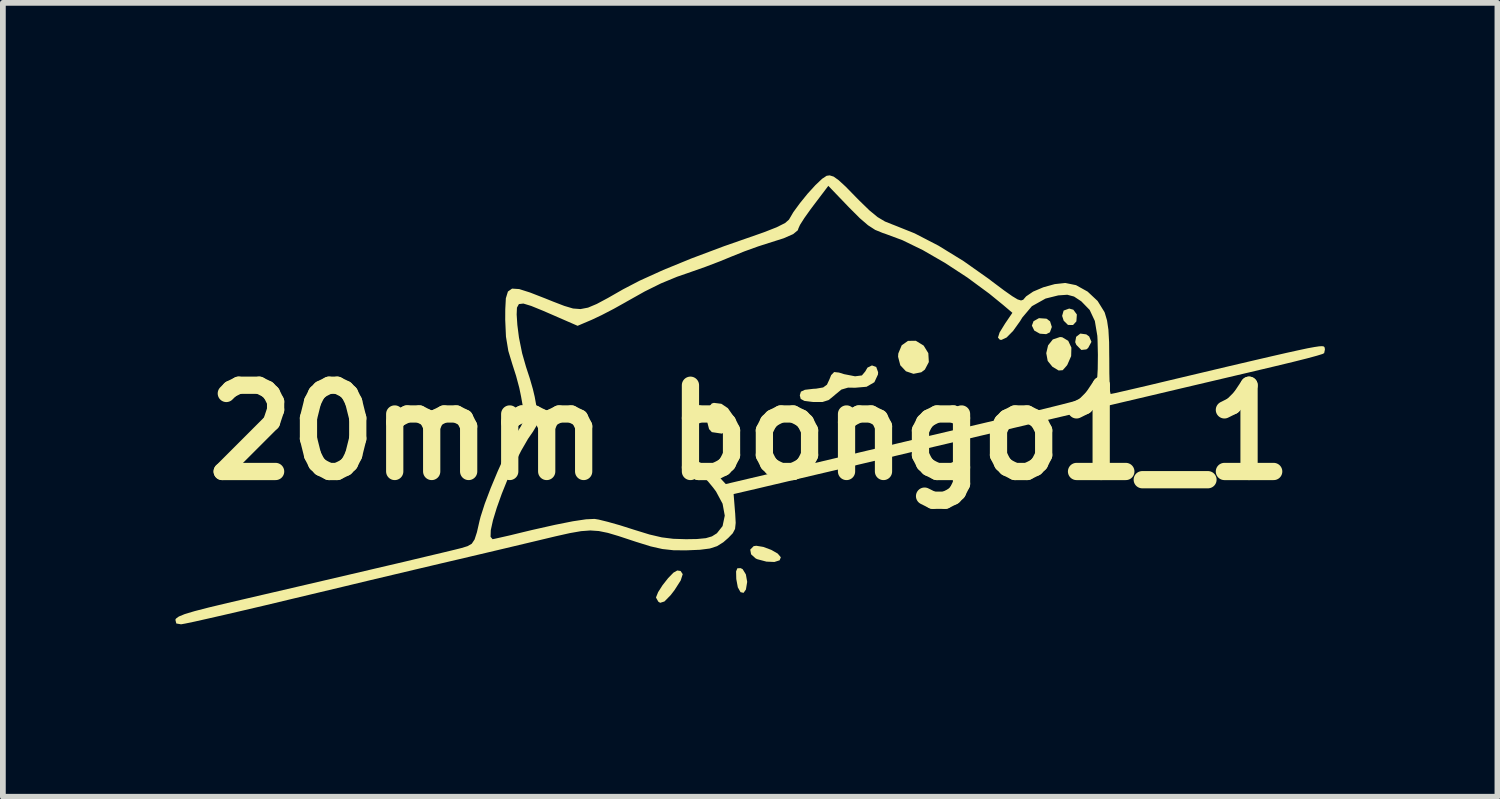
<source format=kicad_pcb>
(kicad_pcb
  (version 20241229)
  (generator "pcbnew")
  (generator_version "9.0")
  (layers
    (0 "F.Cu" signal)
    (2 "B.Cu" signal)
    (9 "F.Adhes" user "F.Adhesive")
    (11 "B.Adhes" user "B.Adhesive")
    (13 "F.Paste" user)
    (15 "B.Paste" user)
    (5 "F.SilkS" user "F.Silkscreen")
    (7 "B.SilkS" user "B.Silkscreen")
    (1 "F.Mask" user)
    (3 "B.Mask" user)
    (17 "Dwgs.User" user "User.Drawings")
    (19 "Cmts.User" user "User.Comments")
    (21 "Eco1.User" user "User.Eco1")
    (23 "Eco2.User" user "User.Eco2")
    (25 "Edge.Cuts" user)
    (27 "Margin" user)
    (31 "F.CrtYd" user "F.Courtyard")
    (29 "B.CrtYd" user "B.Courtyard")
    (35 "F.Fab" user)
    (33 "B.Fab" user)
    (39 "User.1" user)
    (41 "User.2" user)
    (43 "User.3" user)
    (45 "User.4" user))
  (footprint "20mm bongo1_1"
    (layer "F.Cu")
    (at 9.993 3.455)
    (property "Reference" "20mm bongo1_1" (at 0 1.016 0) (layer "F.SilkS") (effects (font (size 1.5 1.5) (thickness 0.3))))
    (attr board_only exclude_from_pos_files exclude_from_bom)
    (fp_poly (pts (xy 5.454 -1.104) (xy 5.428 -1.012) (xy 5.455 -0.928) (xy 5.53 -0.854) (xy 5.618 -0.853) (xy 5.676 -0.916) (xy 5.684 -1.036) (xy 5.623 -1.119) (xy 5.551 -1.139)) (stroke (width 0) (type solid)) (fill yes) (layer "F.SilkS"))
    (fp_poly (pts (xy 4.931 -0.92) (xy 4.902 -0.842) (xy 4.944 -0.756) (xy 5.041 -0.702) (xy 5.151 -0.694) (xy 5.215 -0.726) (xy 5.249 -0.819) (xy 5.218 -0.917) (xy 5.156 -0.963) (xy 5.025 -0.972)) (stroke (width 0) (type solid)) (fill yes) (layer "F.SilkS"))
    (fp_poly (pts (xy 5.672 -0.648) (xy 5.655 -0.555) (xy 5.676 -0.506) (xy 5.762 -0.419) (xy 5.85 -0.429) (xy 5.881 -0.455) (xy 5.938 -0.56) (xy 5.898 -0.654) (xy 5.848 -0.69) (xy 5.745 -0.704)) (stroke (width 0) (type solid)) (fill yes) (layer "F.SilkS"))
    (fp_poly (pts (xy -0.22 3.378) (xy -0.242 3.431) (xy -0.239 3.557) (xy -0.238 3.569) (xy -0.212 3.709) (xy -0.165 3.793) (xy -0.112 3.805) (xy -0.071 3.747) (xy -0.049 3.614) (xy -0.072 3.484) (xy -0.128 3.393) (xy -0.164 3.375)) (stroke (width 0) (type solid)) (fill yes) (layer "F.SilkS"))
    (fp_poly (pts (xy 0.063 2.993) (xy 0.004 3.053) (xy 0.019 3.135) (xy 0.099 3.207) (xy 0.127 3.22) (xy 0.286 3.262) (xy 0.424 3.268) (xy 0.515 3.239) (xy 0.536 3.186) (xy 0.482 3.122) (xy 0.368 3.057) (xy 0.231 3.006) (xy 0.109 2.986)) (stroke (width 0) (type solid)) (fill yes) (layer "F.SilkS"))
    (fp_poly (pts (xy 2.747 -0.577) (xy 2.638 -0.5) (xy 2.579 -0.358) (xy 2.575 -0.301) (xy 2.614 -0.152) (xy 2.712 -0.048) (xy 2.843 -0.004) (xy 2.979 -0.031) (xy 3.041 -0.078) (xy 3.11 -0.209) (xy 3.101 -0.363) (xy 3.02 -0.495) (xy 2.883 -0.579)) (stroke (width 0) (type solid)) (fill yes) (layer "F.SilkS"))
    (fp_poly (pts (xy -0.665 0.512) (xy -0.719 0.579) (xy -0.744 0.701) (xy -0.742 0.841) (xy -0.712 0.957) (xy -0.664 1.01) (xy -0.49 1.036) (xy -0.35 0.97) (xy -0.328 0.948) (xy -0.281 0.834) (xy -0.306 0.707) (xy -0.385 0.593) (xy -0.499 0.517) (xy -0.628 0.501)) (stroke (width 0) (type solid)) (fill yes) (layer "F.SilkS"))
    (fp_poly (pts (xy 5.266 -0.602) (xy 5.184 -0.499) (xy 5.152 -0.364) (xy 5.177 -0.228) (xy 5.259 -0.127) (xy 5.367 -0.062) (xy 5.438 -0.067) (xy 5.509 -0.147) (xy 5.518 -0.16) (xy 5.585 -0.312) (xy 5.589 -0.46) (xy 5.534 -0.578) (xy 5.43 -0.64) (xy 5.391 -0.644)) (stroke (width 0) (type solid)) (fill yes) (layer "F.SilkS"))
    (fp_poly (pts (xy -1.332 3.454) (xy -1.424 3.549) (xy -1.521 3.672) (xy -1.598 3.793) (xy -1.634 3.882) (xy -1.634 3.889) (xy -1.594 3.959) (xy -1.562 3.978) (xy -1.488 3.955) (xy -1.38 3.845) (xy -1.313 3.758) (xy -1.205 3.589) (xy -1.17 3.48) (xy -1.207 3.425) (xy -1.265 3.416)) (stroke (width 0) (type solid)) (fill yes) (layer "F.SilkS"))
    (fp_poly (pts (xy 2.043 -0.112) (xy 2.004 -0.045) (xy 1.946 0.024) (xy 1.827 0.039) (xy 1.637 0.002) (xy 1.547 -0.026) (xy 1.463 -0.035) (xy 1.411 0.019) (xy 1.382 0.091) (xy 1.338 0.185) (xy 1.272 0.233) (xy 1.15 0.254) (xy 1.098 0.257) (xy 0.954 0.274) (xy 0.885 0.306) (xy 0.867 0.366) (xy 0.866 0.371) (xy 0.882 0.433) (xy 0.946 0.467) (xy 1.081 0.484) (xy 1.103 0.486) (xy 1.261 0.486) (xy 1.368 0.452) (xy 1.47 0.369) (xy 1.477 0.362) (xy 1.589 0.27) (xy 1.705 0.236) (xy 1.828 0.238) (xy 2.027 0.221) (xy 2.163 0.142) (xy 2.225 0.008) (xy 2.228 -0.032) (xy 2.195 -0.123) (xy 2.121 -0.15)) (stroke (width 0) (type solid)) (fill yes) (layer "F.SilkS"))
    (fp_poly (pts (xy 1.333 -3.448) (xy 1.254 -3.396) (xy 1.137 -3.285) (xy 1.002 -3.137) (xy 0.869 -2.973) (xy 0.754 -2.816) (xy 0.679 -2.688) (xy 0.678 -2.686) (xy 0.611 -2.627) (xy 0.464 -2.553) (xy 0.253 -2.47) (xy 0.183 -2.445) (xy -0.453 -2.223) (xy -1.02 -2.01) (xy -1.511 -1.809) (xy -1.919 -1.624) (xy -2.207 -1.474) (xy -2.469 -1.324) (xy -2.665 -1.219) (xy -2.817 -1.155) (xy -2.948 -1.13) (xy -3.078 -1.14) (xy -3.229 -1.185) (xy -3.424 -1.26) (xy -3.558 -1.314) (xy -3.825 -1.418) (xy -4.014 -1.478) (xy -4.138 -1.486) (xy -4.21 -1.435) (xy -4.246 -1.318) (xy -4.256 -1.127) (xy -4.257 -0.944) (xy -4.244 -0.65) (xy -4.203 -0.402) (xy -4.135 -0.177) (xy -4.068 0.032) (xy -4.012 0.241) (xy -3.981 0.392) (xy -3.954 0.544) (xy -3.924 0.66) (xy -3.913 0.687) (xy -3.918 0.768) (xy -3.981 0.903) (xy -4.036 0.991) (xy -4.14 1.169) (xy -4.262 1.412) (xy -4.389 1.694) (xy -4.51 1.984) (xy -4.613 2.256) (xy -4.685 2.48) (xy -4.703 2.55) (xy -4.749 2.751) (xy -4.79 2.877) (xy -4.839 2.951) (xy -4.912 2.993) (xy -5.016 3.025) (xy -5.128 3.053) (xy -5.335 3.103) (xy -5.634 3.174) (xy -6.024 3.267) (xy -6.504 3.379) (xy -7.071 3.512) (xy -7.723 3.664) (xy -8.458 3.835) (xy -9.085 3.981) (xy -9.415 4.06) (xy -9.659 4.123) (xy -9.827 4.173) (xy -9.932 4.216) (xy -9.983 4.253) (xy -9.993 4.273) (xy -9.977 4.338) (xy -9.894 4.352) (xy -9.821 4.339) (xy -9.663 4.306) (xy -9.432 4.254) (xy -9.138 4.187) (xy -8.794 4.107) (xy -8.41 4.017) (xy -7.997 3.918) (xy -7.947 3.906) (xy -7.498 3.799) (xy -7.046 3.691) (xy -6.609 3.586) (xy -6.204 3.49) (xy -5.846 3.405) (xy -5.554 3.336) (xy -5.372 3.293) (xy -5.064 3.221) (xy -4.695 3.134) (xy -4.301 3.041) (xy -3.919 2.95) (xy -3.709 2.9) (xy -3.383 2.822) (xy -3.133 2.766) (xy -2.938 2.732) (xy -2.777 2.72) (xy -2.629 2.73) (xy -2.472 2.762) (xy -2.287 2.817) (xy -2.051 2.895) (xy -1.981 2.918) (xy -1.727 2.997) (xy -1.523 3.043) (xy -1.331 3.064) (xy -1.115 3.066) (xy -0.871 3.056) (xy -0.699 3.034) (xy -0.573 2.993) (xy -0.464 2.925) (xy -0.377 2.849) (xy -0.3 2.769) (xy -0.26 2.693) (xy -0.249 2.588) (xy -0.258 2.42) (xy -0.26 2.401) (xy -0.285 2.087) (xy -0.031 2.028) (xy 0.099 1.998) (xy 0.305 1.949) (xy 0.565 1.888) (xy 0.859 1.818) (xy 1.139 1.752) (xy 1.476 1.673) (xy 1.888 1.575) (xy 2.362 1.463) (xy 2.888 1.338) (xy 3.453 1.205) (xy 4.045 1.065) (xy 4.652 0.922) (xy 5.262 0.777) (xy 5.864 0.635) (xy 6.444 0.498) (xy 6.992 0.369) (xy 7.495 0.25) (xy 7.941 0.145) (xy 8.319 0.056) (xy 8.616 -0.014) (xy 8.689 -0.031) (xy 9.111 -0.131) (xy 9.443 -0.211) (xy 9.69 -0.273) (xy 9.859 -0.319) (xy 9.956 -0.349) (xy 9.985 -0.364) (xy 9.998 -0.427) (xy 9.994 -0.457) (xy 9.988 -0.471) (xy 9.975 -0.481) (xy 9.946 -0.485) (xy 9.896 -0.482) (xy 9.816 -0.47) (xy 9.7 -0.449) (xy 9.541 -0.415) (xy 9.332 -0.369) (xy 9.066 -0.308) (xy 8.735 -0.231) (xy 8.333 -0.137) (xy 7.853 -0.023) (xy 7.288 0.111) (xy 6.924 0.198) (xy 6.688 0.253) (xy 6.489 0.299) (xy 6.345 0.332) (xy 6.274 0.346) (xy 6.271 0.347) (xy 6.261 0.3) (xy 6.254 0.174) (xy 6.249 -0.014) (xy 6.248 -0.244) (xy 6.248 -0.26) (xy 6.247 -0.333) (xy 6.05 -0.333) (xy 6.047 -0.086) (xy 6.035 0.125) (xy 6.016 0.276) (xy 5.996 0.34) (xy 5.967 0.364) (xy 5.903 0.393) (xy 5.795 0.429) (xy 5.635 0.474) (xy 5.414 0.531) (xy 5.125 0.603) (xy 4.758 0.69) (xy 4.306 0.796) (xy 4.134 0.836) (xy 3.982 0.872) (xy 3.749 0.926) (xy 3.454 0.996) (xy 3.114 1.076) (xy 2.744 1.164) (xy 2.361 1.255) (xy 2.327 1.263) (xy 1.926 1.358) (xy 1.518 1.455) (xy 1.124 1.548) (xy 0.766 1.633) (xy 0.464 1.704) (xy 0.248 1.755) (xy -0.421 1.913) (xy -0.552 1.773) (xy -0.657 1.683) (xy -0.749 1.636) (xy -0.763 1.634) (xy -0.828 1.669) (xy -0.837 1.744) (xy -0.789 1.809) (xy -0.731 1.866) (xy -0.642 1.974) (xy -0.591 2.042) (xy -0.477 2.255) (xy -0.439 2.462) (xy -0.477 2.644) (xy -0.576 2.769) (xy -0.662 2.823) (xy -0.768 2.854) (xy -0.923 2.869) (xy -1.114 2.872) (xy -1.335 2.865) (xy -1.535 2.84) (xy -1.749 2.79) (xy -2.015 2.708) (xy -2.04 2.7) (xy -2.267 2.628) (xy -2.473 2.57) (xy -2.631 2.531) (xy -2.703 2.519) (xy -2.852 2.526) (xy -3.08 2.56) (xy -3.391 2.622) (xy -3.791 2.712) (xy -3.97 2.755) (xy -4.175 2.805) (xy -4.343 2.843) (xy -4.45 2.867) (xy -4.477 2.872) (xy -4.512 2.83) (xy -4.508 2.715) (xy -4.47 2.542) (xy -4.404 2.326) (xy -4.317 2.082) (xy -4.213 1.824) (xy -4.099 1.569) (xy -3.979 1.332) (xy -3.86 1.126) (xy -3.775 1.003) (xy -3.691 0.862) (xy -3.678 0.738) (xy -3.684 0.706) (xy -3.715 0.557) (xy -3.744 0.396) (xy -3.776 0.261) (xy -3.83 0.074) (xy -3.895 -0.124) (xy -3.963 -0.362) (xy -4.018 -0.635) (xy -4.046 -0.854) (xy -4.058 -1.035) (xy -4.053 -1.155) (xy -4.019 -1.217) (xy -3.941 -1.226) (xy -3.806 -1.185) (xy -3.6 -1.101) (xy -3.457 -1.039) (xy -2.998 -0.839) (xy -2.749 -0.945) (xy -2.58 -1.025) (xy -2.37 -1.134) (xy -2.164 -1.249) (xy -2.154 -1.255) (xy -1.83 -1.437) (xy -1.547 -1.577) (xy -1.269 -1.692) (xy -1.015 -1.78) (xy -0.779 -1.863) (xy -0.517 -1.963) (xy -0.323 -2.043) (xy -0.099 -2.133) (xy 0.142 -2.22) (xy 0.326 -2.279) (xy 0.585 -2.361) (xy 0.751 -2.434) (xy 0.832 -2.501) (xy 0.842 -2.533) (xy 0.87 -2.595) (xy 0.945 -2.713) (xy 1.054 -2.866) (xy 1.102 -2.93) (xy 1.362 -3.273) (xy 1.725 -2.895) (xy 1.909 -2.711) (xy 2.052 -2.588) (xy 2.177 -2.507) (xy 2.307 -2.454) (xy 2.344 -2.442) (xy 2.651 -2.328) (xy 3.006 -2.155) (xy 3.389 -1.934) (xy 3.781 -1.678) (xy 4.16 -1.399) (xy 4.398 -1.205) (xy 4.563 -1.065) (xy 4.435 -0.877) (xy 4.341 -0.724) (xy 4.312 -0.634) (xy 4.345 -0.597) (xy 4.373 -0.594) (xy 4.463 -0.636) (xy 4.576 -0.751) (xy 4.697 -0.92) (xy 4.734 -0.981) (xy 4.902 -1.18) (xy 5.14 -1.313) (xy 5.361 -1.368) (xy 5.518 -1.379) (xy 5.635 -1.348) (xy 5.761 -1.265) (xy 5.907 -1.115) (xy 5.997 -0.923) (xy 6.04 -0.666) (xy 6.044 -0.594) (xy 6.05 -0.333) (xy 6.247 -0.333) (xy 6.245 -0.553) (xy 6.233 -0.77) (xy 6.209 -0.932) (xy 6.171 -1.061) (xy 6.164 -1.079) (xy 6.045 -1.271) (xy 5.871 -1.434) (xy 5.67 -1.546) (xy 5.483 -1.584) (xy 5.299 -1.564) (xy 5.101 -1.509) (xy 4.924 -1.434) (xy 4.802 -1.351) (xy 4.782 -1.328) (xy 4.751 -1.292) (xy 4.713 -1.28) (xy 4.654 -1.298) (xy 4.561 -1.354) (xy 4.419 -1.454) (xy 4.216 -1.606) (xy 4.152 -1.655) (xy 3.713 -1.965) (xy 3.277 -2.233) (xy 2.863 -2.447) (xy 2.491 -2.596) (xy 2.485 -2.598) (xy 2.347 -2.653) (xy 2.218 -2.73) (xy 2.076 -2.847) (xy 1.9 -3.018) (xy 1.837 -3.082) (xy 1.664 -3.259) (xy 1.541 -3.372) (xy 1.454 -3.434) (xy 1.386 -3.455)) (stroke (width 0) (type solid)) (fill yes) (layer "F.SilkS")))
  (gr_rect
    (start -3 -3)
    (end 22.991 10.806)
    (stroke (width 0.1) (type default))
    (fill no)
    (layer "Edge.Cuts")))
</source>
